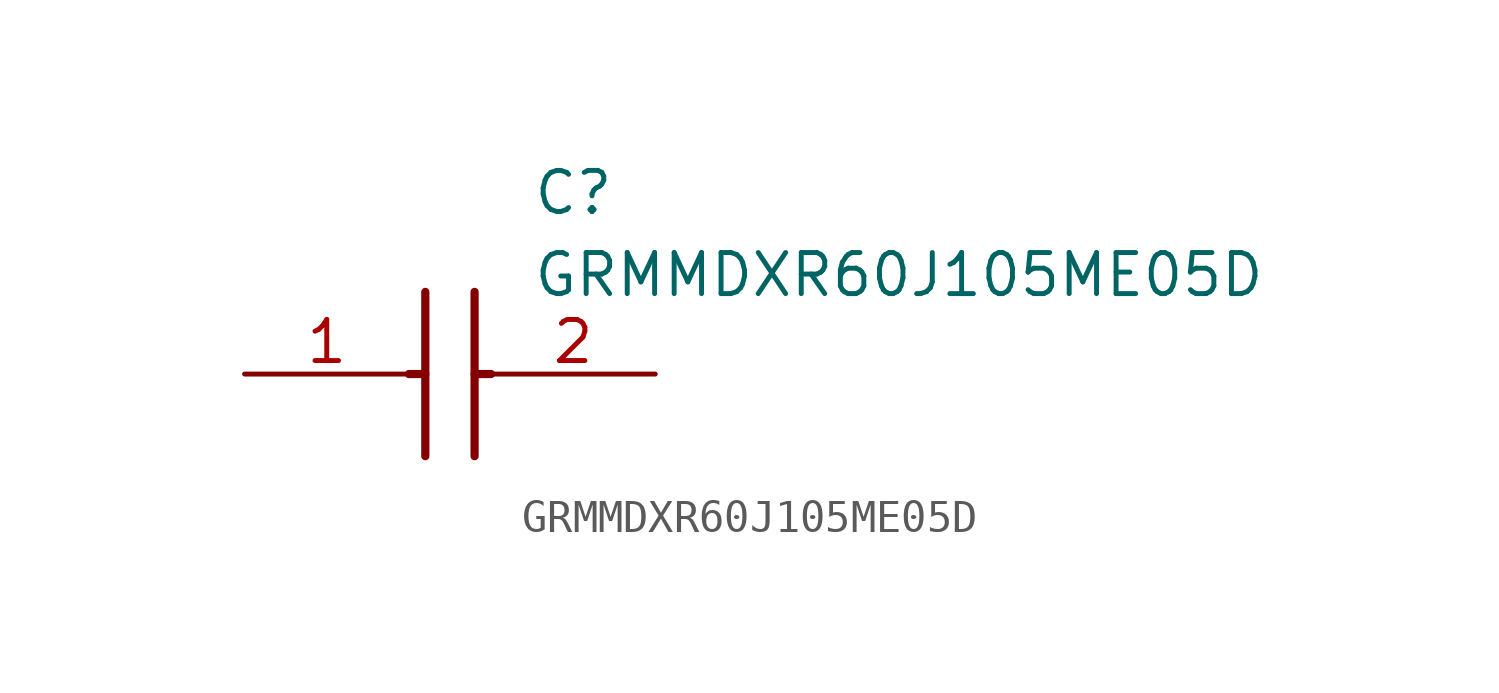
<source format=kicad_sym>
(kicad_symbol_lib
  (version 20211014)
  (generator SamacSys_ECAD_Model)
  (symbol "GRMMDXR60J105ME05D"
    (pin_names hide)
    (property "Reference" "C"
      (at 8.89 6.35 0)
      (effects (font (size 1.27 1.27)) (justify left top)))
    (property "Value" "GRMMDXR60J105ME05D"
      (at 8.89 3.81 0)
      (effects (font (size 1.27 1.27)) (justify left top)))
    (polyline
      (pts (xy 5.588 2.54) (xy 5.588 -2.54))
      (stroke (width 0.254) (type default))
      (fill (type none)))
    (polyline
      (pts (xy 7.112 2.54) (xy 7.112 -2.54))
      (stroke (width 0.254) (type default))
      (fill (type none)))
    (polyline
      (pts (xy 5.08 0) (xy 5.588 0))
      (stroke (width 0.254) (type default))
      (fill (type none)))
    (polyline
      (pts (xy 7.112 0) (xy 7.62 0))
      (stroke (width 0.254) (type default))
      (fill (type none)))
    (pin passive line
      (at 0 0 0)
      (length 5.08)
      (name "1" (effects (font (size 1.27 1.27))))
      (number "1" (effects (font (size 1.27 1.27)))))
    (pin passive line
      (at 12.7 0 180)
      (length 5.08)
      (name "2" (effects (font (size 1.27 1.27))))
      (number "2" (effects (font (size 1.27 1.27)))))))
</source>
